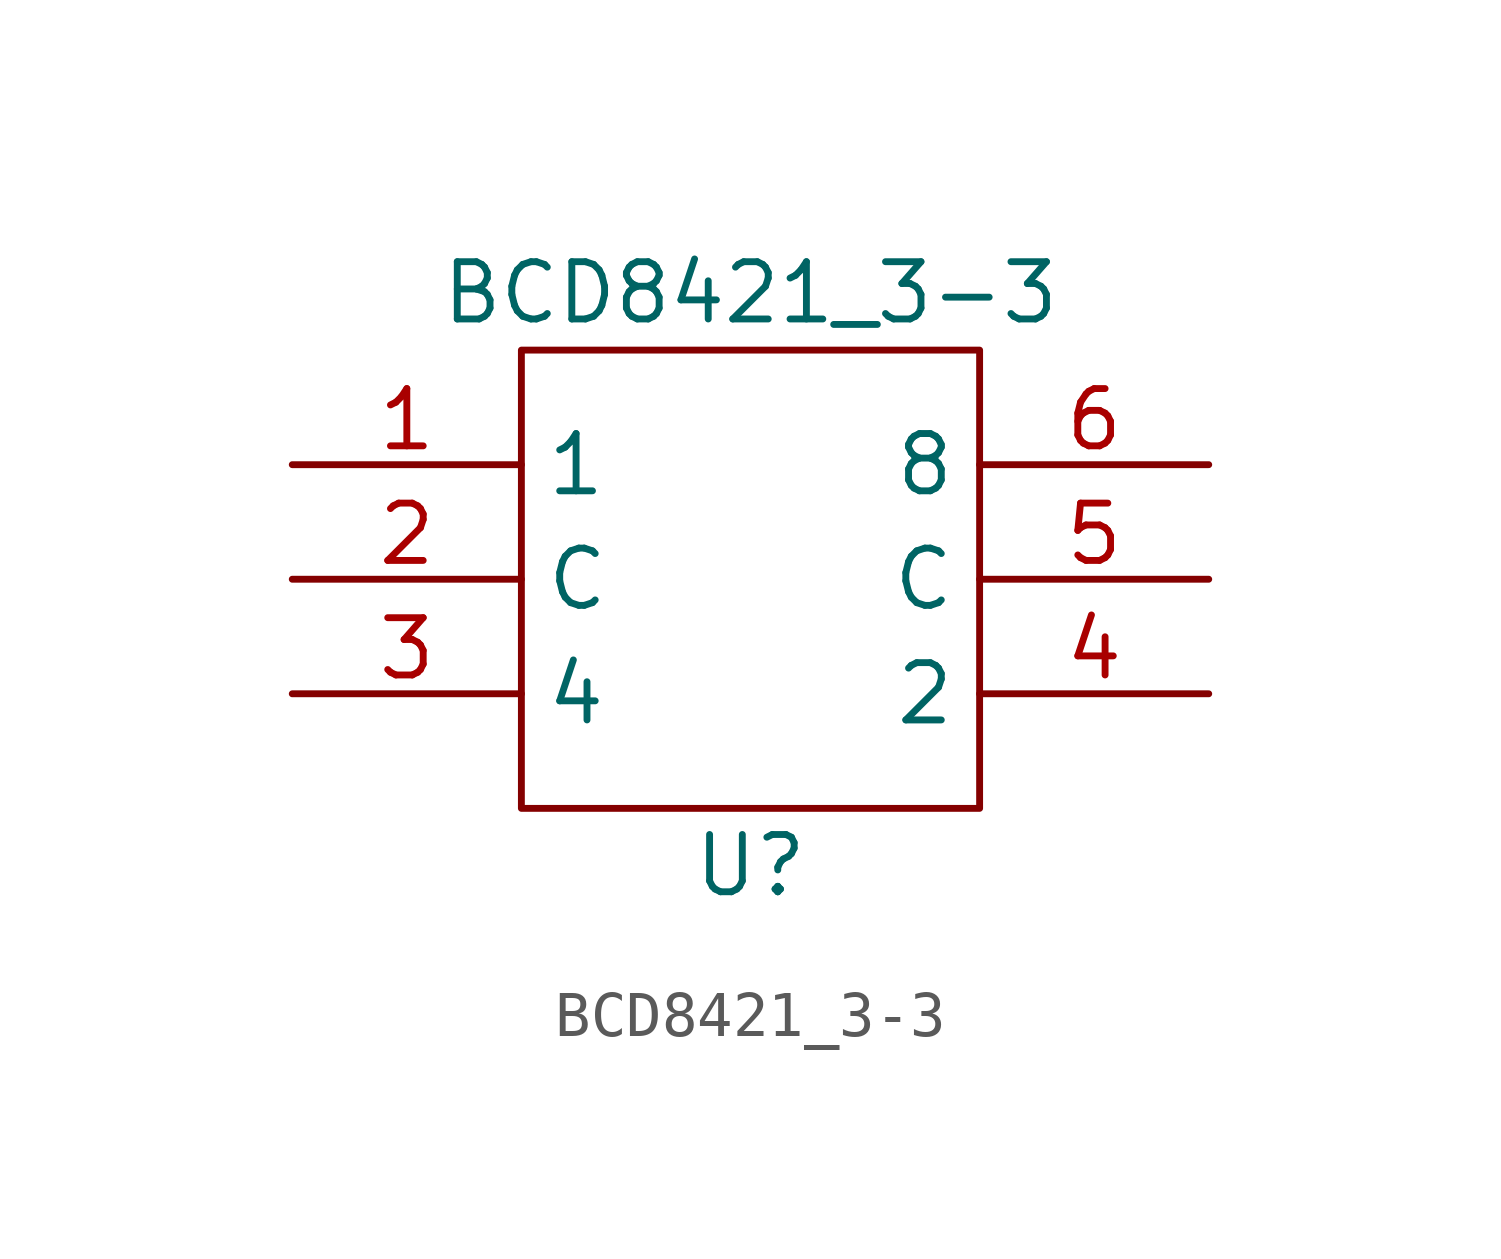
<source format=kicad_sym>
(kicad_symbol_lib
  (version 20220102)
  (generator kicad_symbol_editor)
  (symbol "BCD8421_3-3"
    (property "Reference" "U"
      (at 0 -6.35 0)
      (effects (font (size 1.27 1.27))))
    (property "Value" "BCD8421_3-3"
      (at 0 6.35 0)
      (effects (font (size 1.27 1.27))))
    (symbol "BCD8421_3-3_0_1"
      (rectangle (start -5.08 5.08) (end 5.08 -5.08) (stroke (width 0) (type default)) (fill (type none))))
    (symbol "BCD8421_3-3_1_1"
      (pin output line (at -10.16 2.54 0) (length 5.08) (name "1" (effects (font (size 1.27 1.27)))) (number "1" (effects (font (size 1.27 1.27)))))
      (pin input line (at -10.16 0 0) (length 5.08) (name "C" (effects (font (size 1.27 1.27)))) (number "2" (effects (font (size 1.27 1.27)))))
      (pin output line (at -10.16 -2.54 0) (length 5.08) (name "4" (effects (font (size 1.27 1.27)))) (number "3" (effects (font (size 1.27 1.27)))))
      (pin output line (at 10.16 -2.54 180) (length 5.08) (name "2" (effects (font (size 1.27 1.27)))) (number "4" (effects (font (size 1.27 1.27)))))
      (pin input line (at 10.16 0 180) (length 5.08) (name "C" (effects (font (size 1.27 1.27)))) (number "5" (effects (font (size 1.27 1.27)))))
      (pin output line (at 10.16 2.54 180) (length 5.08) (name "8" (effects (font (size 1.27 1.27)))) (number "6" (effects (font (size 1.27 1.27))))))))
</source>
